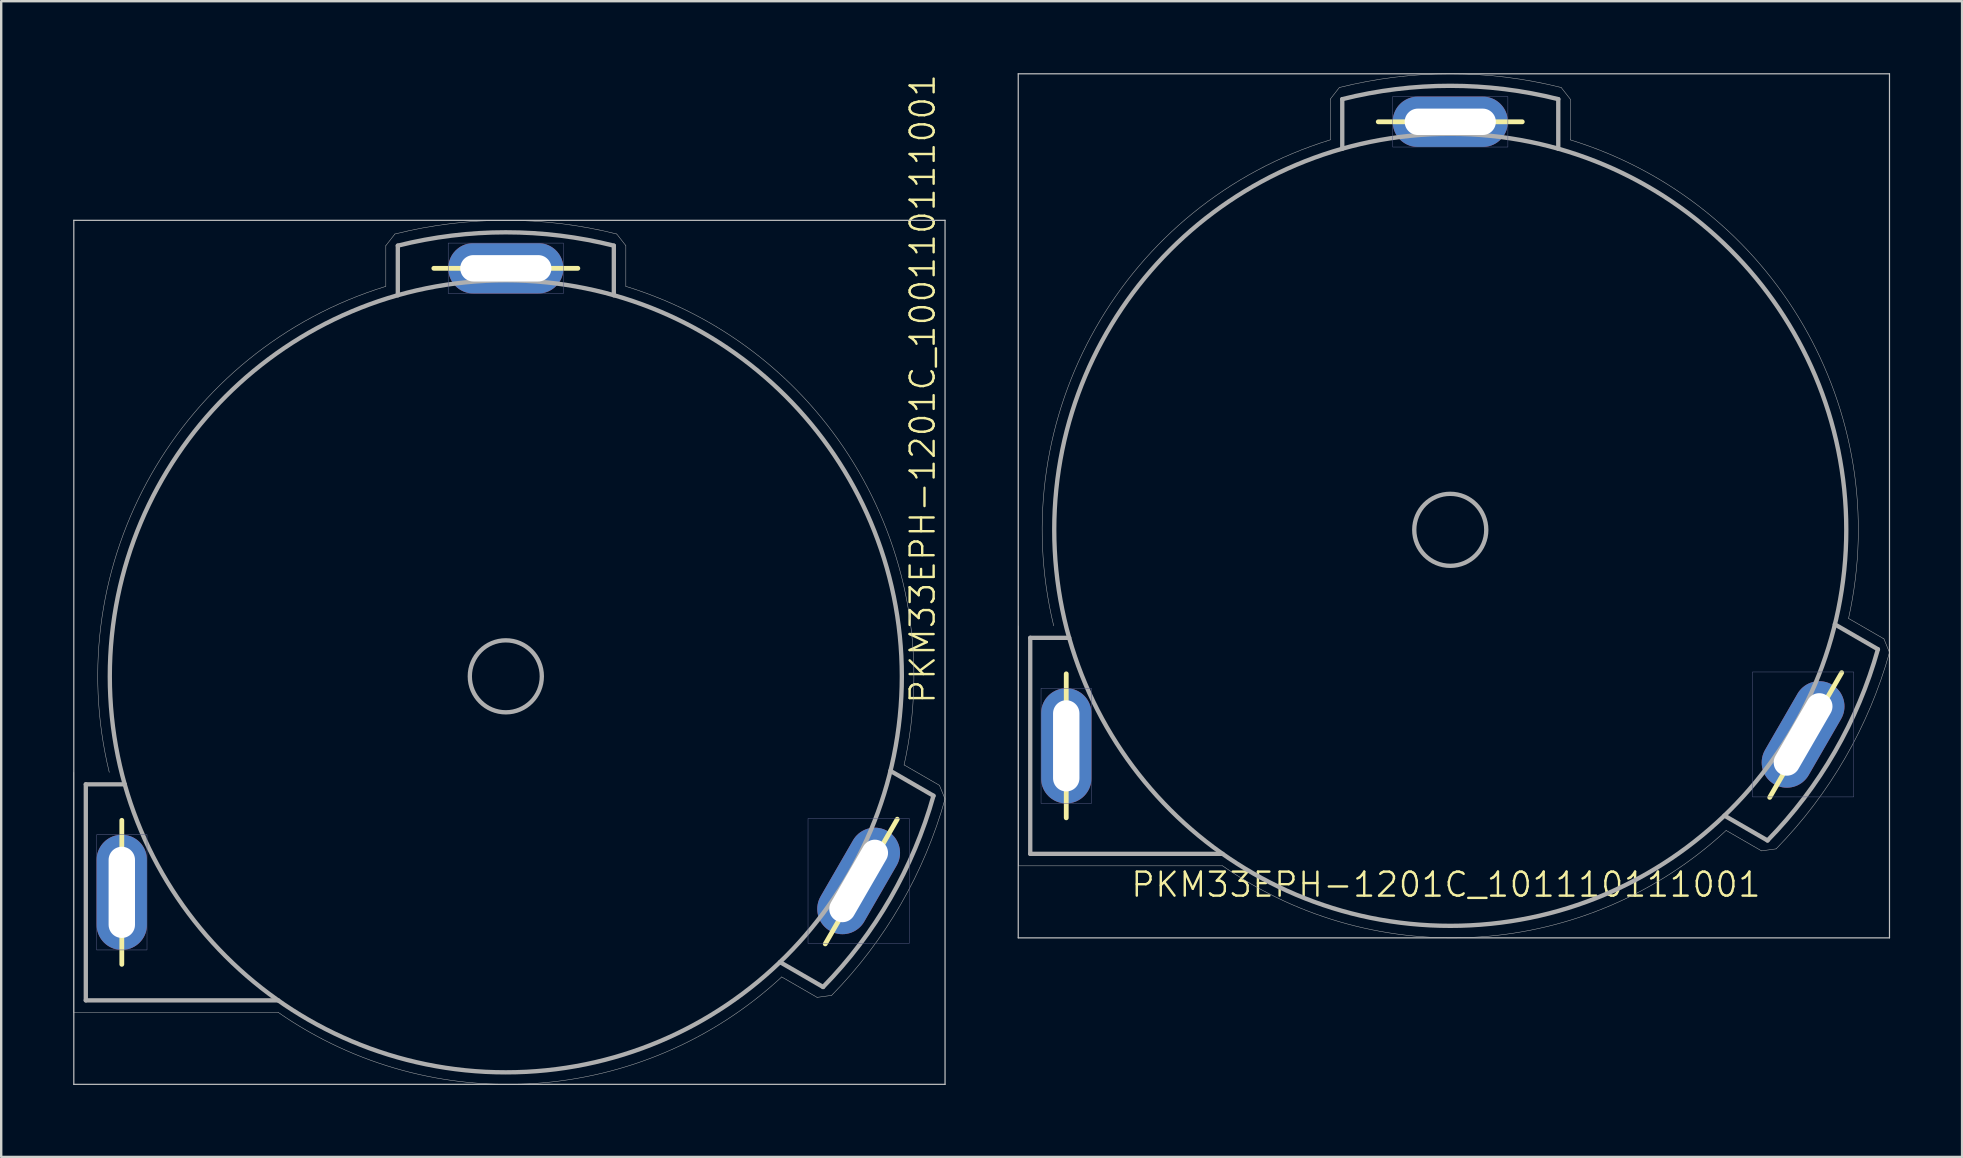
<source format=kicad_pcb>
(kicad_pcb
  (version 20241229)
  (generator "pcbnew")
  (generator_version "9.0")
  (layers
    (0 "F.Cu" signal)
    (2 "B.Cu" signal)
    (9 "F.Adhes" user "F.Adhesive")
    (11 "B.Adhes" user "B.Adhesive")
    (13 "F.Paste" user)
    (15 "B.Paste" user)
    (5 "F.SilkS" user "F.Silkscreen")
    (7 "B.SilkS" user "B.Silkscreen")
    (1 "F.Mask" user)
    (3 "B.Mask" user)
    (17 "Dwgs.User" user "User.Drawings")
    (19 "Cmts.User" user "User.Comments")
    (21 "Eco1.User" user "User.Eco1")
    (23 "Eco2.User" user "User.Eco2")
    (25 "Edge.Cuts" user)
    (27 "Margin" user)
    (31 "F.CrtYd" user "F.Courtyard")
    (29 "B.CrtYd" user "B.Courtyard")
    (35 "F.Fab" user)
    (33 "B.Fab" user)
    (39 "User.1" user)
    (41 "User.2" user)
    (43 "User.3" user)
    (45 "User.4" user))
  (footprint "PKM33EPH-1201C_100110111001"
    (placed yes)
    (layer "F.Cu")
    (at 18.025 25.129)
    (property "Reference" "PKM33EPH-1201C_100110111001" (at 17.952 1.209 270) (layer "F.SilkS") (effects (font (size 1 1) (thickness 0.1)) (justify left bottom)))
    (attr through_hole)
    (fp_line (start -17.5 4.5) (end -17.5 13.5) (stroke (width 0.1) (type solid)) (layer "F.SilkS"))
    (fp_line (start -17.5 4.5) (end -16 4.5) (stroke (width 0.1) (type solid)) (layer "F.SilkS"))
    (fp_line (start -17.5 13.5) (end -9.487 13.5) (stroke (width 0.1) (type solid)) (layer "F.SilkS"))
    (fp_line (start -16 9) (end -16 6) (stroke (width 0.2) (type solid)) (layer "F.SilkS"))
    (fp_line (start -16 9) (end -16 12) (stroke (width 0.2) (type solid)) (layer "F.SilkS"))
    (fp_line (start -15.875 4.5) (end -17.5 4.5) (stroke (width 0.1) (type solid)) (layer "F.SilkS"))
    (fp_line (start -4.5 -15.875) (end -4.5 -17.944) (stroke (width 0.1) (type solid)) (layer "F.SilkS"))
    (fp_line (start 0 -17) (end -3 -17) (stroke (width 0.2) (type solid)) (layer "F.SilkS"))
    (fp_line (start 0 -17) (end 3 -17) (stroke (width 0.2) (type solid)) (layer "F.SilkS"))
    (fp_line (start 4.5 -17.944) (end 4.5 -15.875) (stroke (width 0.1) (type solid)) (layer "F.SilkS"))
    (fp_line (start 11.423 11.907) (end 13.218 12.943) (stroke (width 0.1) (type solid)) (layer "F.SilkS"))
    (fp_line (start 13.309 11.148) (end 16.309 5.952) (stroke (width 0.2) (type solid)) (layer "F.SilkS"))
    (fp_line (start 17.818 4.976) (end 16.023 3.939) (stroke (width 0.1) (type solid)) (layer "F.SilkS"))
    (fp_arc (start -4.5 -17.94436) (mid 0 -18.5) (end 4.5 -17.94436) (stroke (width 0.1) (type solid)) (layer "F.SilkS"))
    (fp_arc (start 1.5 0) (mid -1.5 0) (end 1.5 0) (stroke (width 0.1) (type solid)) (layer "F.SilkS"))
    (fp_arc (start 16.5 0) (mid -16.5 0) (end 16.5 0) (stroke (width 0.1) (type solid)) (layer "F.SilkS"))
    (fp_arc (start 17.81829 4.9758) (mid 16.021457 9.250014) (end 13.21829 12.94322) (stroke (width 0.1) (type solid)) (layer "F.SilkS"))
    (fp_line (start -18 -19) (end 18.3 -19) (stroke (width 0.05) (type solid)) (layer "Dwgs.User"))
    (fp_line (start -18 17) (end -18 -19) (stroke (width 0.05) (type solid)) (layer "Dwgs.User"))
    (fp_line (start 18.3 -19) (end 18.3 17) (stroke (width 0.05) (type solid)) (layer "Dwgs.User"))
    (fp_line (start 18.3 17) (end -18 17) (stroke (width 0.05) (type solid)) (layer "Dwgs.User"))
    (fp_poly (pts (xy -14.95 6.6) (xy -14.95 11.4) (xy -17.05 11.4) (xy -17.05 6.6)) (stroke (width 0.02) (type solid)) (fill no) (layer "B.Fab"))
    (fp_poly (pts (xy 2.4 -18.05) (xy 2.4 -15.95) (xy -2.4 -15.95) (xy -2.4 -18.05)) (stroke (width 0.02) (type solid)) (fill no) (layer "B.Fab"))
    (fp_poly (pts (xy 16.809 5.922) (xy 16.809 11.128) (xy 12.591 11.128) (xy 12.591 5.922)) (stroke (width 0.02) (type solid)) (fill no) (layer "B.Fab"))
    (fp_line (start -18 14) (end -18 4) (stroke (width 0.02) (type solid)) (layer "F.Fab"))
    (fp_line (start -17.5 4.5) (end -17.5 13.5) (stroke (width 0.18) (type solid)) (layer "F.Fab"))
    (fp_line (start -17.5 13.5) (end -9.487 13.5) (stroke (width 0.18) (type solid)) (layer "F.Fab"))
    (fp_line (start -15.875 4.5) (end -17.5 4.5) (stroke (width 0.18) (type solid)) (layer "F.Fab"))
    (fp_line (start -9.487 14) (end -18 14) (stroke (width 0.02) (type solid)) (layer "F.Fab"))
    (fp_line (start -5 -17.944) (end -4.622 -18.429) (stroke (width 0.02) (type solid)) (layer "F.Fab"))
    (fp_line (start -5 -16.248) (end -5 -17.944) (stroke (width 0.02) (type solid)) (layer "F.Fab"))
    (fp_line (start -4.5 -15.875) (end -4.5 -17.944) (stroke (width 0.18) (type solid)) (layer "F.Fab"))
    (fp_line (start 4.5 -17.944) (end 4.5 -15.875) (stroke (width 0.18) (type solid)) (layer "F.Fab"))
    (fp_line (start 4.622 -18.429) (end 5 -17.944) (stroke (width 0.02) (type solid)) (layer "F.Fab"))
    (fp_line (start 5 -17.944) (end 5 -16.248) (stroke (width 0.02) (type solid)) (layer "F.Fab"))
    (fp_line (start 11.423 11.907) (end 13.218 12.943) (stroke (width 0.18) (type solid)) (layer "F.Fab"))
    (fp_line (start 12.968 13.376) (end 11.494 12.525) (stroke (width 0.02) (type solid)) (layer "F.Fab"))
    (fp_line (start 13.576 13.293) (end 12.968 13.376) (stroke (width 0.02) (type solid)) (layer "F.Fab"))
    (fp_line (start 16.594 3.692) (end 18.068 4.543) (stroke (width 0.02) (type solid)) (layer "F.Fab"))
    (fp_line (start 17.818 4.976) (end 16.023 3.939) (stroke (width 0.18) (type solid)) (layer "F.Fab"))
    (fp_line (start 18.068 4.543) (end 18.3 5.11) (stroke (width 0.02) (type solid)) (layer "F.Fab"))
    (fp_arc (start -16.52271 4) (mid -14.775081 -8.408158) (end -5 -16.24808) (stroke (width 0.02) (type solid)) (layer "F.Fab"))
    (fp_arc (start -4.62162 -18.42934) (mid 0 -19) (end 4.62162 -18.42934) (stroke (width 0.02) (type solid)) (layer "F.Fab"))
    (fp_arc (start -4.5 -17.94436) (mid 0 -18.5) (end 4.5 -17.94436) (stroke (width 0.18) (type solid)) (layer "F.Fab"))
    (fp_arc (start 1.5 0) (mid -1.5 0) (end 1.5 0) (stroke (width 0.18) (type solid)) (layer "F.Fab"))
    (fp_arc (start 5 -16.24808) (mid 14.696178 -8.545299) (end 16.5943 3.69177) (stroke (width 0.02) (type solid)) (layer "F.Fab"))
    (fp_arc (start 11.4943 12.52522) (mid 1.263552 16.958937) (end -9.486831 14) (stroke (width 0.02) (type solid)) (layer "F.Fab"))
    (fp_arc (start 16.5 0) (mid -16.5 0) (end 16.5 0) (stroke (width 0.18) (type solid)) (layer "F.Fab"))
    (fp_arc (start 17.81829 4.9758) (mid 16.021457 9.250014) (end 13.21829 12.94322) (stroke (width 0.18) (type solid)) (layer "F.Fab"))
    (fp_arc (start 18.29987 5.11028) (mid 16.454472 9.500016) (end 13.57554 13.29304) (stroke (width 0.02) (type solid)) (layer "F.Fab"))
    (pad "1" thru_hole oval (at -16 9) (size 2.1 4.8) (drill oval 1.1 3.8) (layers "*.Cu" "*.Mask"))
    (pad "2" thru_hole oval (at 14.7 8.525 150) (size 2.1 4.8) (drill oval 1.1 3.8) (layers "*.Cu" "*.Mask"))
    (pad "3" thru_hole oval (at 0 -17 90) (size 2.1 4.8) (drill oval 1.1 3.8) (layers "*.Cu" "*.Mask")))
  (footprint "PKM33EPH-1201C_101110111001"
    (placed yes)
    (layer "F.Cu")
    (at 57.375 19.025)
    (property "Reference" "PKM33EPH-1201C_101110111001" (at -13.365 15.368 0) (layer "F.SilkS") (effects (font (size 1 1) (thickness 0.1)) (justify left bottom)))
    (attr through_hole)
    (fp_line (start -17.5 4.5) (end -17.5 13.5) (stroke (width 0.1) (type solid)) (layer "F.SilkS"))
    (fp_line (start -17.5 4.5) (end -16 4.5) (stroke (width 0.1) (type solid)) (layer "F.SilkS"))
    (fp_line (start -17.5 13.5) (end -9.487 13.5) (stroke (width 0.1) (type solid)) (layer "F.SilkS"))
    (fp_line (start -16 9) (end -16 6) (stroke (width 0.2) (type solid)) (layer "F.SilkS"))
    (fp_line (start -16 9) (end -16 12) (stroke (width 0.2) (type solid)) (layer "F.SilkS"))
    (fp_line (start -15.875 4.5) (end -17.5 4.5) (stroke (width 0.1) (type solid)) (layer "F.SilkS"))
    (fp_line (start -4.5 -15.875) (end -4.5 -17.944) (stroke (width 0.1) (type solid)) (layer "F.SilkS"))
    (fp_line (start 0 -17) (end -3 -17) (stroke (width 0.2) (type solid)) (layer "F.SilkS"))
    (fp_line (start 0 -17) (end 3 -17) (stroke (width 0.2) (type solid)) (layer "F.SilkS"))
    (fp_line (start 4.5 -17.944) (end 4.5 -15.875) (stroke (width 0.1) (type solid)) (layer "F.SilkS"))
    (fp_line (start 11.423 11.907) (end 13.218 12.943) (stroke (width 0.1) (type solid)) (layer "F.SilkS"))
    (fp_line (start 13.309 11.148) (end 16.309 5.952) (stroke (width 0.2) (type solid)) (layer "F.SilkS"))
    (fp_line (start 17.818 4.976) (end 16.023 3.939) (stroke (width 0.1) (type solid)) (layer "F.SilkS"))
    (fp_arc (start -4.5 -17.94436) (mid 0 -18.5) (end 4.5 -17.94436) (stroke (width 0.1) (type solid)) (layer "F.SilkS"))
    (fp_arc (start 1.5 0) (mid -1.5 0) (end 1.5 0) (stroke (width 0.1) (type solid)) (layer "F.SilkS"))
    (fp_arc (start 16.5 0) (mid -16.5 0) (end 16.5 0) (stroke (width 0.1) (type solid)) (layer "F.SilkS"))
    (fp_arc (start 17.81829 4.9758) (mid 16.021457 9.250014) (end 13.21829 12.94322) (stroke (width 0.1) (type solid)) (layer "F.SilkS"))
    (fp_line (start -18 -19) (end 18.3 -19) (stroke (width 0.05) (type solid)) (layer "Dwgs.User"))
    (fp_line (start -18 17) (end -18 -19) (stroke (width 0.05) (type solid)) (layer "Dwgs.User"))
    (fp_line (start 18.3 -19) (end 18.3 17) (stroke (width 0.05) (type solid)) (layer "Dwgs.User"))
    (fp_line (start 18.3 17) (end -18 17) (stroke (width 0.05) (type solid)) (layer "Dwgs.User"))
    (fp_poly (pts (xy -14.95 6.6) (xy -14.95 11.4) (xy -17.05 11.4) (xy -17.05 6.6)) (stroke (width 0.02) (type solid)) (fill no) (layer "B.Fab"))
    (fp_poly (pts (xy 2.4 -18.05) (xy 2.4 -15.95) (xy -2.4 -15.95) (xy -2.4 -18.05)) (stroke (width 0.02) (type solid)) (fill no) (layer "B.Fab"))
    (fp_poly (pts (xy 16.809 5.922) (xy 16.809 11.128) (xy 12.591 11.128) (xy 12.591 5.922)) (stroke (width 0.02) (type solid)) (fill no) (layer "B.Fab"))
    (fp_line (start -18 14) (end -18 4) (stroke (width 0.02) (type solid)) (layer "F.Fab"))
    (fp_line (start -17.5 4.5) (end -17.5 13.5) (stroke (width 0.18) (type solid)) (layer "F.Fab"))
    (fp_line (start -17.5 13.5) (end -9.487 13.5) (stroke (width 0.18) (type solid)) (layer "F.Fab"))
    (fp_line (start -15.875 4.5) (end -17.5 4.5) (stroke (width 0.18) (type solid)) (layer "F.Fab"))
    (fp_line (start -9.487 14) (end -18 14) (stroke (width 0.02) (type solid)) (layer "F.Fab"))
    (fp_line (start -5 -17.944) (end -4.622 -18.429) (stroke (width 0.02) (type solid)) (layer "F.Fab"))
    (fp_line (start -5 -16.248) (end -5 -17.944) (stroke (width 0.02) (type solid)) (layer "F.Fab"))
    (fp_line (start -4.5 -15.875) (end -4.5 -17.944) (stroke (width 0.18) (type solid)) (layer "F.Fab"))
    (fp_line (start 4.5 -17.944) (end 4.5 -15.875) (stroke (width 0.18) (type solid)) (layer "F.Fab"))
    (fp_line (start 4.622 -18.429) (end 5 -17.944) (stroke (width 0.02) (type solid)) (layer "F.Fab"))
    (fp_line (start 5 -17.944) (end 5 -16.248) (stroke (width 0.02) (type solid)) (layer "F.Fab"))
    (fp_line (start 11.423 11.907) (end 13.218 12.943) (stroke (width 0.18) (type solid)) (layer "F.Fab"))
    (fp_line (start 12.968 13.376) (end 11.494 12.525) (stroke (width 0.02) (type solid)) (layer "F.Fab"))
    (fp_line (start 13.576 13.293) (end 12.968 13.376) (stroke (width 0.02) (type solid)) (layer "F.Fab"))
    (fp_line (start 16.594 3.692) (end 18.068 4.543) (stroke (width 0.02) (type solid)) (layer "F.Fab"))
    (fp_line (start 17.818 4.976) (end 16.023 3.939) (stroke (width 0.18) (type solid)) (layer "F.Fab"))
    (fp_line (start 18.068 4.543) (end 18.3 5.11) (stroke (width 0.02) (type solid)) (layer "F.Fab"))
    (fp_arc (start -16.52271 4) (mid -14.775081 -8.408158) (end -5 -16.24808) (stroke (width 0.02) (type solid)) (layer "F.Fab"))
    (fp_arc (start -4.62162 -18.42934) (mid 0 -19) (end 4.62162 -18.42934) (stroke (width 0.02) (type solid)) (layer "F.Fab"))
    (fp_arc (start -4.5 -17.94436) (mid 0 -18.5) (end 4.5 -17.94436) (stroke (width 0.18) (type solid)) (layer "F.Fab"))
    (fp_arc (start 1.5 0) (mid -1.5 0) (end 1.5 0) (stroke (width 0.18) (type solid)) (layer "F.Fab"))
    (fp_arc (start 5 -16.24808) (mid 14.696178 -8.545299) (end 16.5943 3.69177) (stroke (width 0.02) (type solid)) (layer "F.Fab"))
    (fp_arc (start 11.4943 12.52522) (mid 1.263552 16.958937) (end -9.486831 14) (stroke (width 0.02) (type solid)) (layer "F.Fab"))
    (fp_arc (start 16.5 0) (mid -16.5 0) (end 16.5 0) (stroke (width 0.18) (type solid)) (layer "F.Fab"))
    (fp_arc (start 17.81829 4.9758) (mid 16.021457 9.250014) (end 13.21829 12.94322) (stroke (width 0.18) (type solid)) (layer "F.Fab"))
    (fp_arc (start 18.29987 5.11028) (mid 16.454472 9.500016) (end 13.57554 13.29304) (stroke (width 0.02) (type solid)) (layer "F.Fab"))
    (pad "1" thru_hole oval (at -16 9) (size 2.1 4.8) (drill oval 1.1 3.8) (layers "*.Cu" "*.Mask"))
    (pad "2" thru_hole oval (at 14.7 8.525 150) (size 2.1 4.8) (drill oval 1.1 3.8) (layers "*.Cu" "*.Mask"))
    (pad "3" thru_hole oval (at 0 -17 90) (size 2.1 4.8) (drill oval 1.1 3.8) (layers "*.Cu" "*.Mask")))
  (gr_rect
    (start -3 -3)
    (end 78.7 45.154)
    (stroke (width 0.1) (type default))
    (fill no)
    (layer "Edge.Cuts")))
</source>
